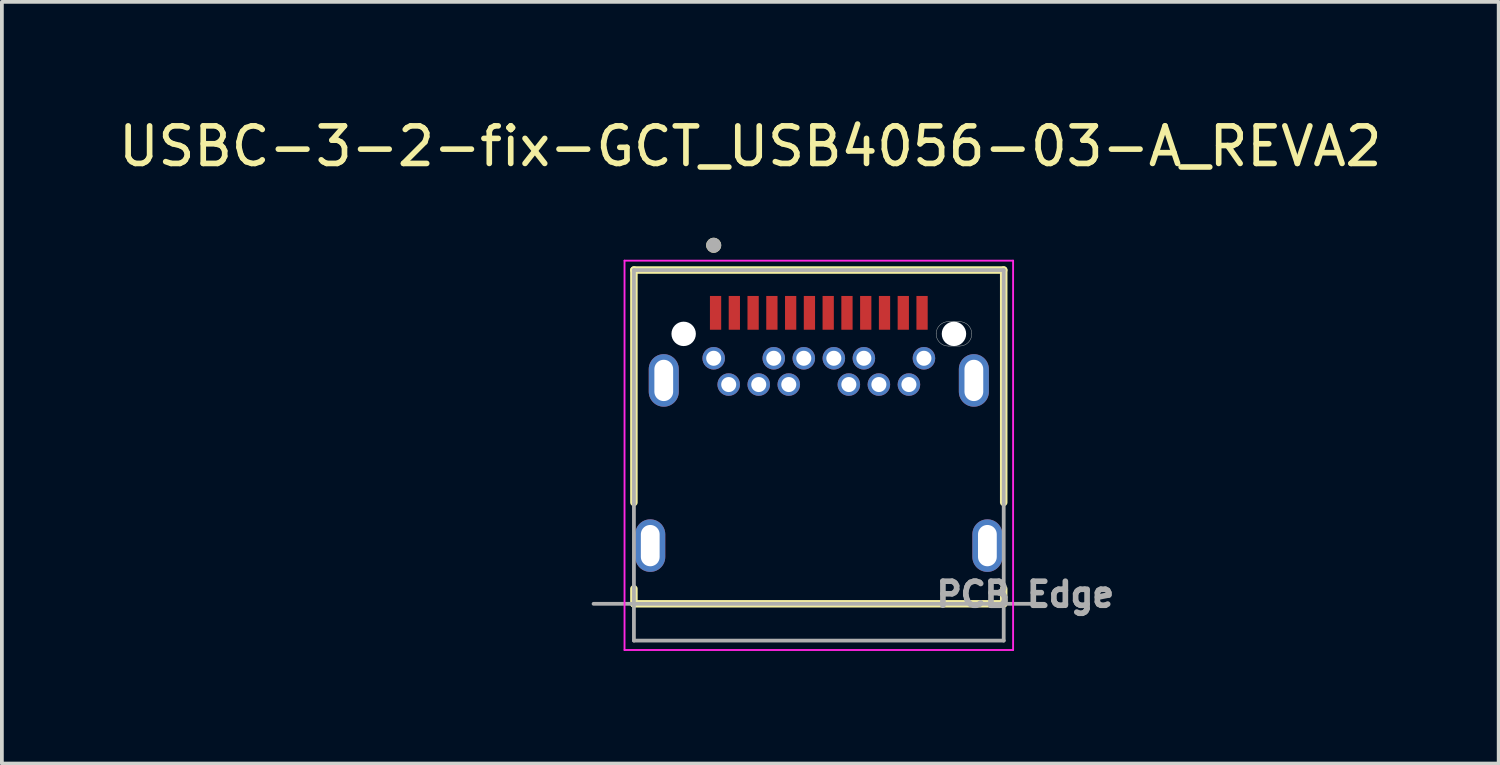
<source format=kicad_pcb>
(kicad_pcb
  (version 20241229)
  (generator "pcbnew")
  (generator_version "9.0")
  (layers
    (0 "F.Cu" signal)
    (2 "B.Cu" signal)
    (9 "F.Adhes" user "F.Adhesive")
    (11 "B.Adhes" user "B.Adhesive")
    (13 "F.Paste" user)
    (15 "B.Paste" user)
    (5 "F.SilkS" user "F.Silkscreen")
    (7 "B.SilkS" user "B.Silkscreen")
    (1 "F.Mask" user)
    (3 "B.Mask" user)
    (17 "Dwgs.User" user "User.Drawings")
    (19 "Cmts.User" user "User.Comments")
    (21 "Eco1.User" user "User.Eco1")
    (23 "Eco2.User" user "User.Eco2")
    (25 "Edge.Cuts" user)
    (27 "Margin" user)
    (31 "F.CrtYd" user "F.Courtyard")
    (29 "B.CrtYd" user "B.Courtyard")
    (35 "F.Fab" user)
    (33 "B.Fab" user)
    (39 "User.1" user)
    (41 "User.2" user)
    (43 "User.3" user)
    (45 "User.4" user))
  (footprint "USBC-3-2-fix-GCT_USB4056-03-A_REVA2"
    (layer "F.Cu")
    (at 18.76 11.483)
    (property "Reference" "USBC-3-2-fix-GCT_USB4056-03-A_REVA2" (at -1.825 -10.635 0) (layer "F.SilkS") (effects (font (size 1 1) (thickness 0.15))))
    (attr through_hole)
    (fp_poly (pts (xy 3.025 -5.64) (xy 3.026 -5.662) (xy 3.027 -5.684) (xy 3.03 -5.706) (xy 3.034 -5.728) (xy 3.039 -5.75) (xy 3.046 -5.771) (xy 3.053 -5.792) (xy 3.062 -5.813) (xy 3.071 -5.833) (xy 3.082 -5.853) (xy 3.094 -5.871) (xy 3.106 -5.89) (xy 3.12 -5.907) (xy 3.134 -5.924) (xy 3.149 -5.941) (xy 3.166 -5.956) (xy 3.183 -5.97) (xy 3.2 -5.984) (xy 3.219 -5.996) (xy 3.237 -6.008) (xy 3.257 -6.019) (xy 3.277 -6.028) (xy 3.298 -6.037) (xy 3.319 -6.044) (xy 3.34 -6.051) (xy 3.362 -6.056) (xy 3.384 -6.06) (xy 3.406 -6.063) (xy 3.428 -6.064) (xy 3.45 -6.065) (xy 3.75 -6.065) (xy 3.772 -6.064) (xy 3.794 -6.063) (xy 3.816 -6.06) (xy 3.838 -6.056) (xy 3.86 -6.051) (xy 3.881 -6.044) (xy 3.902 -6.037) (xy 3.923 -6.028) (xy 3.943 -6.019) (xy 3.962 -6.008) (xy 3.981 -5.996) (xy 4 -5.984) (xy 4.017 -5.97) (xy 4.034 -5.956) (xy 4.051 -5.941) (xy 4.066 -5.924) (xy 4.08 -5.907) (xy 4.094 -5.89) (xy 4.106 -5.871) (xy 4.118 -5.853) (xy 4.129 -5.833) (xy 4.138 -5.813) (xy 4.147 -5.792) (xy 4.154 -5.771) (xy 4.161 -5.75) (xy 4.166 -5.728) (xy 4.17 -5.706) (xy 4.173 -5.684) (xy 4.174 -5.662) (xy 4.175 -5.64) (xy 4.174 -5.618) (xy 4.173 -5.596) (xy 4.17 -5.574) (xy 4.166 -5.552) (xy 4.161 -5.53) (xy 4.154 -5.509) (xy 4.147 -5.488) (xy 4.138 -5.467) (xy 4.129 -5.447) (xy 4.118 -5.428) (xy 4.106 -5.409) (xy 4.094 -5.39) (xy 4.08 -5.373) (xy 4.066 -5.356) (xy 4.051 -5.339) (xy 4.034 -5.324) (xy 4.017 -5.31) (xy 4 -5.296) (xy 3.981 -5.284) (xy 3.962 -5.272) (xy 3.943 -5.261) (xy 3.923 -5.252) (xy 3.902 -5.243) (xy 3.881 -5.236) (xy 3.86 -5.229) (xy 3.838 -5.224) (xy 3.816 -5.22) (xy 3.794 -5.217) (xy 3.772 -5.216) (xy 3.75 -5.215) (xy 3.45 -5.215) (xy 3.428 -5.216) (xy 3.406 -5.217) (xy 3.384 -5.22) (xy 3.362 -5.224) (xy 3.34 -5.229) (xy 3.319 -5.236) (xy 3.298 -5.243) (xy 3.277 -5.252) (xy 3.257 -5.261) (xy 3.237 -5.272) (xy 3.219 -5.284) (xy 3.2 -5.296) (xy 3.183 -5.31) (xy 3.166 -5.324) (xy 3.149 -5.339) (xy 3.134 -5.356) (xy 3.12 -5.373) (xy 3.106 -5.39) (xy 3.094 -5.409) (xy 3.082 -5.428) (xy 3.071 -5.447) (xy 3.062 -5.467) (xy 3.053 -5.488) (xy 3.046 -5.509) (xy 3.039 -5.53) (xy 3.034 -5.552) (xy 3.03 -5.574) (xy 3.027 -5.596) (xy 3.026 -5.618) (xy 3.025 -5.64)) (stroke (width 0.01) (type solid)) (fill yes) (layer "F.Mask"))
    (fp_poly (pts (xy 3.025 -5.64) (xy 3.026 -5.662) (xy 3.027 -5.684) (xy 3.03 -5.706) (xy 3.034 -5.728) (xy 3.039 -5.75) (xy 3.046 -5.771) (xy 3.053 -5.792) (xy 3.062 -5.813) (xy 3.071 -5.833) (xy 3.082 -5.853) (xy 3.094 -5.871) (xy 3.106 -5.89) (xy 3.12 -5.907) (xy 3.134 -5.924) (xy 3.149 -5.941) (xy 3.166 -5.956) (xy 3.183 -5.97) (xy 3.2 -5.984) (xy 3.219 -5.996) (xy 3.237 -6.008) (xy 3.257 -6.019) (xy 3.277 -6.028) (xy 3.298 -6.037) (xy 3.319 -6.044) (xy 3.34 -6.051) (xy 3.362 -6.056) (xy 3.384 -6.06) (xy 3.406 -6.063) (xy 3.428 -6.064) (xy 3.45 -6.065) (xy 3.75 -6.065) (xy 3.772 -6.064) (xy 3.794 -6.063) (xy 3.816 -6.06) (xy 3.838 -6.056) (xy 3.86 -6.051) (xy 3.881 -6.044) (xy 3.902 -6.037) (xy 3.923 -6.028) (xy 3.943 -6.019) (xy 3.962 -6.008) (xy 3.981 -5.996) (xy 4 -5.984) (xy 4.017 -5.97) (xy 4.034 -5.956) (xy 4.051 -5.941) (xy 4.066 -5.924) (xy 4.08 -5.907) (xy 4.094 -5.89) (xy 4.106 -5.871) (xy 4.118 -5.853) (xy 4.129 -5.833) (xy 4.138 -5.813) (xy 4.147 -5.792) (xy 4.154 -5.771) (xy 4.161 -5.75) (xy 4.166 -5.728) (xy 4.17 -5.706) (xy 4.173 -5.684) (xy 4.174 -5.662) (xy 4.175 -5.64) (xy 4.174 -5.618) (xy 4.173 -5.596) (xy 4.17 -5.574) (xy 4.166 -5.552) (xy 4.161 -5.53) (xy 4.154 -5.509) (xy 4.147 -5.488) (xy 4.138 -5.467) (xy 4.129 -5.447) (xy 4.118 -5.428) (xy 4.106 -5.409) (xy 4.094 -5.39) (xy 4.08 -5.373) (xy 4.066 -5.356) (xy 4.051 -5.339) (xy 4.034 -5.324) (xy 4.017 -5.31) (xy 4 -5.296) (xy 3.981 -5.284) (xy 3.962 -5.272) (xy 3.943 -5.261) (xy 3.923 -5.252) (xy 3.902 -5.243) (xy 3.881 -5.236) (xy 3.86 -5.229) (xy 3.838 -5.224) (xy 3.816 -5.22) (xy 3.794 -5.217) (xy 3.772 -5.216) (xy 3.75 -5.215) (xy 3.45 -5.215) (xy 3.428 -5.216) (xy 3.406 -5.217) (xy 3.384 -5.22) (xy 3.362 -5.224) (xy 3.34 -5.229) (xy 3.319 -5.236) (xy 3.298 -5.243) (xy 3.277 -5.252) (xy 3.257 -5.261) (xy 3.237 -5.272) (xy 3.219 -5.284) (xy 3.2 -5.296) (xy 3.183 -5.31) (xy 3.166 -5.324) (xy 3.149 -5.339) (xy 3.134 -5.356) (xy 3.12 -5.373) (xy 3.106 -5.39) (xy 3.094 -5.409) (xy 3.082 -5.428) (xy 3.071 -5.447) (xy 3.062 -5.467) (xy 3.053 -5.488) (xy 3.046 -5.509) (xy 3.039 -5.53) (xy 3.034 -5.552) (xy 3.03 -5.574) (xy 3.027 -5.596) (xy 3.026 -5.618) (xy 3.025 -5.64)) (stroke (width 0.01) (type solid)) (fill yes) (layer "B.Mask"))
    (fp_line (start -4.925 -7.34) (end -4.925 -1.15) (stroke (width 0.2) (type solid)) (layer "F.SilkS"))
    (fp_line (start -4.925 -7.34) (end 4.925 -7.34) (stroke (width 0.2) (type solid)) (layer "F.SilkS"))
    (fp_line (start -4.925 1.55) (end -4.925 1.15) (stroke (width 0.2) (type solid)) (layer "F.SilkS"))
    (fp_line (start -4.925 1.55) (end 4.925 1.55) (stroke (width 0.2) (type solid)) (layer "F.SilkS"))
    (fp_line (start 4.925 -1.15) (end 4.925 -7.34) (stroke (width 0.2) (type solid)) (layer "F.SilkS"))
    (fp_line (start 4.925 1.55) (end 4.925 1.15) (stroke (width 0.2) (type solid)) (layer "F.SilkS"))
    (fp_circle (center -2.8 -8) (end -2.7 -8) (stroke (width 0.2) (type solid)) (fill no) (layer "F.SilkS"))
    (fp_line (start 3.45 -5.965) (end 3.75 -5.965) (stroke (width 0.01) (type solid)) (layer "Edge.Cuts"))
    (fp_line (start 3.75 -5.315) (end 3.45 -5.315) (stroke (width 0.01) (type solid)) (layer "Edge.Cuts"))
    (fp_arc (start 3.125 -5.64) (mid 3.22019 -5.86981) (end 3.45 -5.965) (stroke (width 0.01) (type solid)) (layer "Edge.Cuts"))
    (fp_arc (start 3.45 -5.315) (mid 3.22019 -5.41019) (end 3.125 -5.64) (stroke (width 0.01) (type solid)) (layer "Edge.Cuts"))
    (fp_arc (start 3.75 -5.965) (mid 3.97981 -5.86981) (end 4.075 -5.64) (stroke (width 0.01) (type solid)) (layer "Edge.Cuts"))
    (fp_arc (start 4.075 -5.64) (mid 3.97981 -5.41019) (end 3.75 -5.315) (stroke (width 0.01) (type solid)) (layer "Edge.Cuts"))
    (fp_line (start -5.175 -7.59) (end 5.175 -7.59) (stroke (width 0.05) (type solid)) (layer "F.CrtYd"))
    (fp_line (start -5.175 2.78) (end -5.175 -7.59) (stroke (width 0.05) (type solid)) (layer "F.CrtYd"))
    (fp_line (start -5.175 2.78) (end 5.175 2.78) (stroke (width 0.05) (type solid)) (layer "F.CrtYd"))
    (fp_line (start 5.175 2.78) (end 5.175 -7.59) (stroke (width 0.05) (type solid)) (layer "F.CrtYd"))
    (fp_line (start -6 1.55) (end 6 1.55) (stroke (width 0.1) (type solid)) (layer "F.Fab"))
    (fp_line (start -4.925 -7.34) (end 4.925 -7.34) (stroke (width 0.1) (type solid)) (layer "F.Fab"))
    (fp_line (start -4.925 2.53) (end -4.925 -7.34) (stroke (width 0.1) (type solid)) (layer "F.Fab"))
    (fp_line (start -4.925 2.53) (end 4.925 2.53) (stroke (width 0.1) (type solid)) (layer "F.Fab"))
    (fp_line (start 4.925 2.53) (end 4.925 -7.34) (stroke (width 0.1) (type solid)) (layer "F.Fab"))
    (fp_circle (center -2.8 -8) (end -2.7 -8) (stroke (width 0.2) (type solid)) (fill no) (layer "F.Fab"))
    (fp_text user "PCB Edge" (at 5.5 1.3 0) (layer "F.Fab") (effects (font (size 0.64 0.64) (thickness 0.15))))
    (pad "" np_thru_hole circle (at -3.6 -5.64) (size 0.65 0.65) (drill 0.65) (layers "*.Cu" "*.Mask"))
    (pad "" np_thru_hole circle (at 3.6 -5.64) (size 0.65 0.65) (drill 0.65) (layers "*.Cu" "*.Mask"))
    (pad "A1" smd rect (at -2.75 -6.2) (size 0.3 0.9) (layers "F.Cu" "F.Mask" "F.Paste"))
    (pad "A2" smd rect (at -2.25 -6.2) (size 0.3 0.9) (layers "F.Cu" "F.Mask" "F.Paste"))
    (pad "A3" smd rect (at -1.75 -6.2) (size 0.3 0.9) (layers "F.Cu" "F.Mask" "F.Paste"))
    (pad "A4" smd rect (at -1.25 -6.2) (size 0.3 0.9) (layers "F.Cu" "F.Mask" "F.Paste"))
    (pad "A5" smd rect (at -0.75 -6.2) (size 0.3 0.9) (layers "F.Cu" "F.Mask" "F.Paste"))
    (pad "A6" smd rect (at -0.25 -6.2) (size 0.3 0.9) (layers "F.Cu" "F.Mask" "F.Paste"))
    (pad "A7" smd rect (at 0.25 -6.2) (size 0.3 0.9) (layers "F.Cu" "F.Mask" "F.Paste"))
    (pad "A8" smd rect (at 0.75 -6.2) (size 0.3 0.9) (layers "F.Cu" "F.Mask" "F.Paste"))
    (pad "A9" smd rect (at 1.25 -6.2) (size 0.3 0.9) (layers "F.Cu" "F.Mask" "F.Paste"))
    (pad "A10" smd rect (at 1.75 -6.2) (size 0.3 0.9) (layers "F.Cu" "F.Mask" "F.Paste"))
    (pad "A11" smd rect (at 2.25 -6.2) (size 0.3 0.9) (layers "F.Cu" "F.Mask" "F.Paste"))
    (pad "A12" smd rect (at 2.75 -6.2) (size 0.3 0.9) (layers "F.Cu" "F.Mask" "F.Paste"))
    (pad "B1" thru_hole circle (at 2.8 -4.99) (size 0.6 0.6) (drill 0.4) (layers "*.Cu" "*.Mask"))
    (pad "B2" thru_hole circle (at 2.4 -4.29) (size 0.6 0.6) (drill 0.4) (layers "*.Cu" "*.Mask"))
    (pad "B3" thru_hole circle (at 1.6 -4.29) (size 0.6 0.6) (drill 0.4) (layers "*.Cu" "*.Mask"))
    (pad "B4" thru_hole circle (at 1.2 -4.99) (size 0.6 0.6) (drill 0.4) (layers "*.Cu" "*.Mask"))
    (pad "B5" thru_hole circle (at 0.8 -4.29) (size 0.6 0.6) (drill 0.4) (layers "*.Cu" "*.Mask"))
    (pad "B6" thru_hole circle (at 0.4 -4.99) (size 0.6 0.6) (drill 0.4) (layers "*.Cu" "*.Mask"))
    (pad "B7" thru_hole circle (at -0.4 -4.99) (size 0.6 0.6) (drill 0.4) (layers "*.Cu" "*.Mask"))
    (pad "B8" thru_hole circle (at -0.8 -4.29) (size 0.6 0.6) (drill 0.4) (layers "*.Cu" "*.Mask"))
    (pad "B9" thru_hole circle (at -1.2 -4.99) (size 0.6 0.6) (drill 0.4) (layers "*.Cu" "*.Mask"))
    (pad "B10" thru_hole circle (at -1.6 -4.29) (size 0.6 0.6) (drill 0.4) (layers "*.Cu" "*.Mask"))
    (pad "B11" thru_hole circle (at -2.4 -4.29) (size 0.6 0.6) (drill 0.4) (layers "*.Cu" "*.Mask"))
    (pad "B12" thru_hole circle (at -2.8 -4.99) (size 0.6 0.6) (drill 0.4) (layers "*.Cu" "*.Mask"))
    (pad "S1" thru_hole oval (at -4.13 -4.4) (size 0.8 1.4) (drill oval 0.5 1.1) (layers "*.Cu" "*.Mask"))
    (pad "S2" thru_hole oval (at 4.13 -4.4) (size 0.8 1.4) (drill oval 0.5 1.1) (layers "*.Cu" "*.Mask"))
    (pad "S3" thru_hole oval (at -4.49 0) (size 0.8 1.4) (drill oval 0.5 1.1) (layers "*.Cu" "*.Mask"))
    (pad "S4" thru_hole oval (at 4.49 0) (size 0.8 1.4) (drill oval 0.5 1.1) (layers "*.Cu" "*.Mask")))
  (gr_rect
    (start -3 -3)
    (end 36.869 17.288)
    (stroke (width 0.1) (type default))
    (fill no)
    (layer "Edge.Cuts")))
</source>
